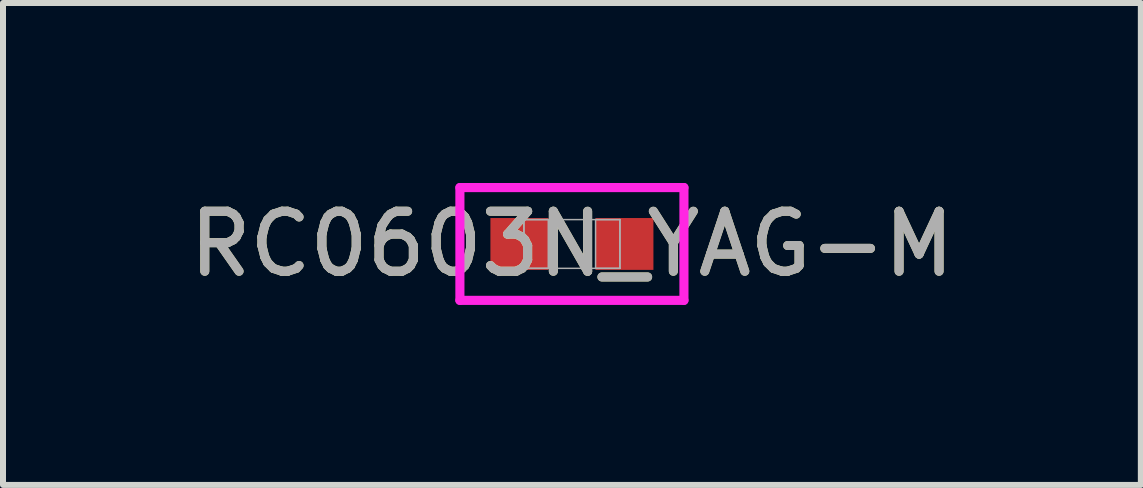
<source format=kicad_pcb>
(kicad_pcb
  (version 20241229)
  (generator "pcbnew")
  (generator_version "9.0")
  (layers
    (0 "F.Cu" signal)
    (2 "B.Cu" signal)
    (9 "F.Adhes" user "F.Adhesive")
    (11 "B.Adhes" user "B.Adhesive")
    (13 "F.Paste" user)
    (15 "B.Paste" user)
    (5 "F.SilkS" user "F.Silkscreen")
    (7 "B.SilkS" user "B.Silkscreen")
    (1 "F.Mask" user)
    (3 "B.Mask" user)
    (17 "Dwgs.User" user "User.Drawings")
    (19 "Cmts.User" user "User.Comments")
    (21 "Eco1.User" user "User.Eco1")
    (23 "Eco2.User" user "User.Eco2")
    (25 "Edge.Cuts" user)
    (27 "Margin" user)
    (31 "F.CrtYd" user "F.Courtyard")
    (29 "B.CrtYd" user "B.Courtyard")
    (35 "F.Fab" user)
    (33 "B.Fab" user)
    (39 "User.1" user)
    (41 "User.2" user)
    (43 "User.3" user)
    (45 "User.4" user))
  (footprint "RC0603N_YAG-M"
    (layer "F.Cu")
    (at 6.482 1.016)
    (property "Reference" "RC0603N_YAG-M" (at 0 0 0) (unlocked yes) (layer "F.SilkS") (effects (font (size 1 1) (thickness 0.15))))
    (attr smd)
    (fp_line (start -1.867 -0.94) (end 1.867 -0.94) (stroke (width 0.152) (type solid)) (layer "F.CrtYd"))
    (fp_line (start -1.867 0.94) (end -1.867 -0.94) (stroke (width 0.152) (type solid)) (layer "F.CrtYd"))
    (fp_line (start 1.867 -0.94) (end 1.867 0.94) (stroke (width 0.152) (type solid)) (layer "F.CrtYd"))
    (fp_line (start 1.867 0.94) (end -1.867 0.94) (stroke (width 0.152) (type solid)) (layer "F.CrtYd"))
    (fp_line (start -0.8 -0.406) (end -0.8 0.406) (stroke (width 0.025) (type solid)) (layer "F.Fab"))
    (fp_line (start -0.8 -0.406) (end -0.8 0.406) (stroke (width 0.025) (type solid)) (layer "F.Fab"))
    (fp_line (start -0.8 0.406) (end -0.394 0.406) (stroke (width 0.025) (type solid)) (layer "F.Fab"))
    (fp_line (start -0.8 0.406) (end 0.8 0.406) (stroke (width 0.025) (type solid)) (layer "F.Fab"))
    (fp_line (start -0.394 -0.406) (end -0.8 -0.406) (stroke (width 0.025) (type solid)) (layer "F.Fab"))
    (fp_line (start -0.394 0.406) (end -0.394 -0.406) (stroke (width 0.025) (type solid)) (layer "F.Fab"))
    (fp_line (start 0.394 -0.406) (end 0.394 0.406) (stroke (width 0.025) (type solid)) (layer "F.Fab"))
    (fp_line (start 0.394 0.406) (end 0.8 0.406) (stroke (width 0.025) (type solid)) (layer "F.Fab"))
    (fp_line (start 0.8 -0.406) (end -0.8 -0.406) (stroke (width 0.025) (type solid)) (layer "F.Fab"))
    (fp_line (start 0.8 -0.406) (end 0.394 -0.406) (stroke (width 0.025) (type solid)) (layer "F.Fab"))
    (fp_line (start 0.8 0.406) (end 0.8 -0.406) (stroke (width 0.025) (type solid)) (layer "F.Fab"))
    (fp_line (start 0.8 0.406) (end 0.8 -0.406) (stroke (width 0.025) (type solid)) (layer "F.Fab"))
    (fp_text user "${REFERENCE}" (at 0 0 0) (unlocked yes) (layer "F.Fab") (effects (font (size 1 1) (thickness 0.15))))
    (pad "1" smd rect (at -0.876 0) (size 0.965 0.864) (layers "F.Cu" "F.Mask" "F.Paste"))
    (pad "2" smd rect (at 0.876 0) (size 0.965 0.864) (layers "F.Cu" "F.Mask" "F.Paste"))
    (zone (net_name "") (layer "F.Cu") (hatch full 0.508) (connect_pads) (min_thickness 0.254) (filled_areas_thickness no) (keepout (tracks not_allowed) (vias not_allowed) (pads allowed) (copperpour not_allowed) (footprints allowed)) (placement (enabled no)) (fill) (polygon (pts (xy 6.139 0.66) (xy 6.825 0.66) (xy 6.825 1.372) (xy 6.139 1.372)))))
  (gr_rect
    (start -3 -3)
    (end 15.964 5.032)
    (stroke (width 0.1) (type default))
    (fill no)
    (layer "Edge.Cuts")))
</source>
